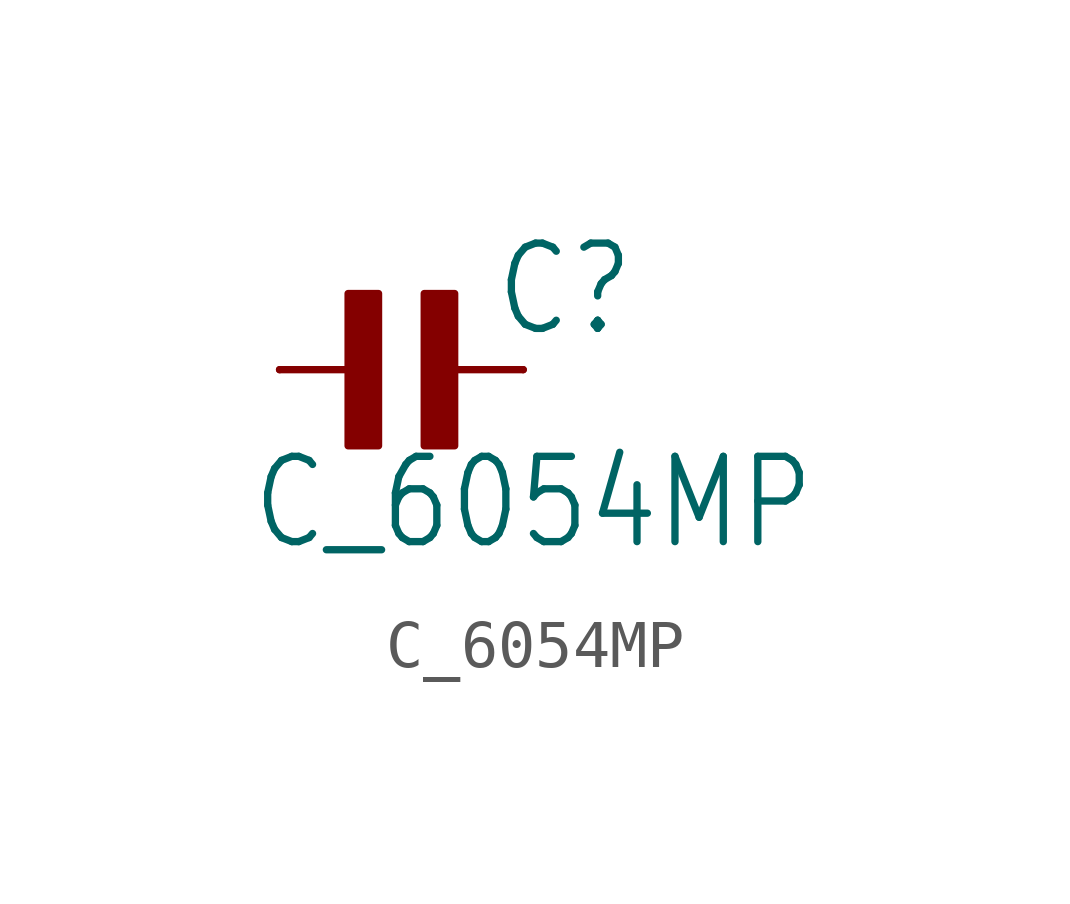
<source format=kicad_sym>
(kicad_symbol_lib
  (version 20211014)
  (generator kicad_symbol_editor)
  (symbol "C_6054MP"
    (property "Reference" "C"
      (at 1.905 0.635 0)
      (effects (font (size 1.778 1.511)) (justify left bottom)))
    (property "Value" "C_6054MP"
      (at -3.175 -3.81 0)
      (effects (font (size 1.778 1.511)) (justify left bottom)))
    (property "ki_locked" ""
      (at 0 0 0)
      (effects (font (size 1.27 1.27))))
    (symbol "C_6054MP_1_0"
      (rectangle (start -1.111 -1.587) (end -0.476 1.587) (stroke (width 0) (type default) (color 0 0 0 0)) (fill (type outline)))
      (polyline (pts (xy -2.54 0) (xy -0.635 0)) (stroke (width 0.152) (type default) (color 0 0 0 0)) (fill (type none)))
      (polyline (pts (xy 2.54 0) (xy 0.635 0)) (stroke (width 0.152) (type default) (color 0 0 0 0)) (fill (type none)))
      (rectangle (start 0.476 -1.587) (end 1.111 1.587) (stroke (width 0) (type default) (color 0 0 0 0)) (fill (type outline)))
      (pin passive line (at -2.54 0 0) (length 0) (name "1" (effects (font (size 0 0)))) (number "1" (effects (font (size 0 0)))))
      (pin passive line (at 2.54 0 180) (length 0) (name "2" (effects (font (size 0 0)))) (number "2" (effects (font (size 0 0))))))))
</source>
